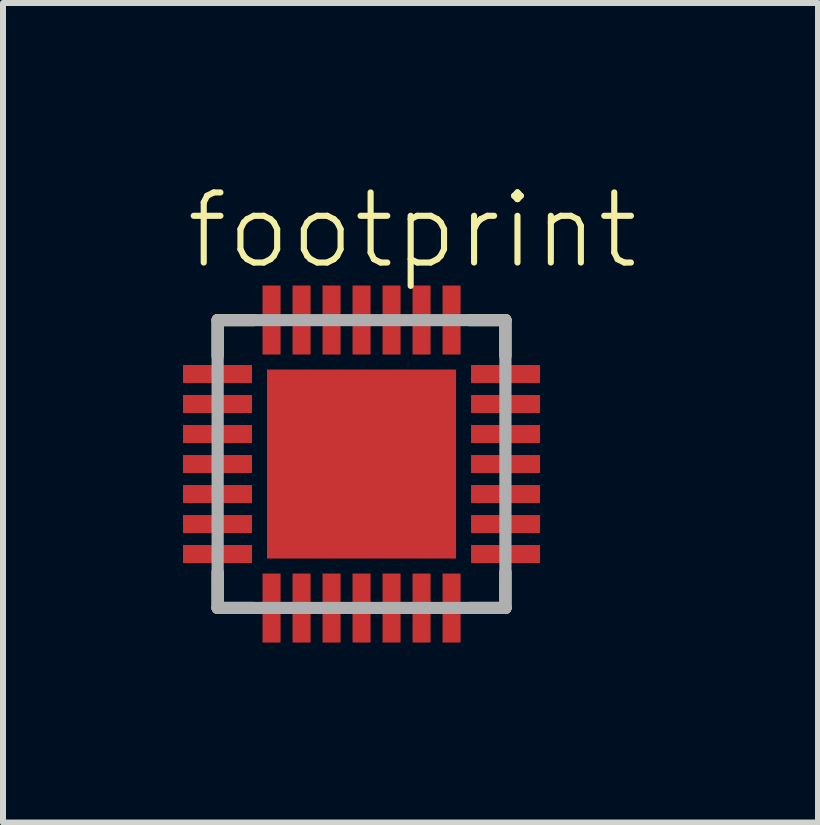
<source format=kicad_pcb>
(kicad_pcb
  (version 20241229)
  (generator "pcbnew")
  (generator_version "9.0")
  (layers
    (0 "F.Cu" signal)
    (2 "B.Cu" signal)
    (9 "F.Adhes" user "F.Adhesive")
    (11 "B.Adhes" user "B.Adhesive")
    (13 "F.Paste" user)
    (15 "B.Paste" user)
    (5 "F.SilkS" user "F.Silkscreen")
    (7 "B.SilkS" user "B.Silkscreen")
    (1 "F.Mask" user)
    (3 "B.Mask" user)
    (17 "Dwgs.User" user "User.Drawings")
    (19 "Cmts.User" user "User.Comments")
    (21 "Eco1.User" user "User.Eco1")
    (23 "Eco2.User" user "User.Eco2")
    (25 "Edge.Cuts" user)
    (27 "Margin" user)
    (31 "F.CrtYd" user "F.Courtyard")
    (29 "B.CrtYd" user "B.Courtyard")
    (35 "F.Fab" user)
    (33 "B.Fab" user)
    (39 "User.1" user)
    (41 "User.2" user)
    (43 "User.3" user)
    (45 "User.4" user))
  (footprint "footprint"
    (layer "F.Cu")
    (at 2.975 4.683)
    (property "Reference" "footprint" (at -2.975 -3.21 0) (layer "F.SilkS") (effects (font (size 1.168 1.168) (thickness 0.102)) (justify left bottom)))
    (fp_poly (pts (xy 1.575 1.575) (xy -1.575 1.575) (xy -1.575 -1.31) (xy -1.435 -1.341) (xy -1.379 -1.379) (xy -1.341 -1.435) (xy -1.31 -1.575) (xy 1.575 -1.575)) (stroke (width 0) (type solid)) (fill yes) (layer "F.Mask"))
    (fp_line (start -2.398 -2.398) (end -2.398 -1.802) (stroke (width 0.203) (type solid)) (layer "F.SilkS"))
    (fp_line (start -2.398 1.802) (end -2.398 2.398) (stroke (width 0.203) (type solid)) (layer "F.SilkS"))
    (fp_line (start -2.398 2.398) (end -1.802 2.398) (stroke (width 0.203) (type solid)) (layer "F.SilkS"))
    (fp_line (start -1.802 -2.398) (end -2.398 -2.398) (stroke (width 0.203) (type solid)) (layer "F.SilkS"))
    (fp_line (start 1.802 2.398) (end 2.398 2.398) (stroke (width 0.203) (type solid)) (layer "F.SilkS"))
    (fp_line (start 2.398 -2.398) (end 1.802 -2.398) (stroke (width 0.203) (type solid)) (layer "F.SilkS"))
    (fp_line (start 2.398 -1.802) (end 2.398 -2.398) (stroke (width 0.203) (type solid)) (layer "F.SilkS"))
    (fp_line (start 2.398 2.398) (end 2.398 1.802) (stroke (width 0.203) (type solid)) (layer "F.SilkS"))
    (fp_poly (pts (xy 1.475 1.475) (xy -1.475 1.475) (xy -1.475 -1.275) (xy -1.418 -1.275) (xy -1.362 -1.302) (xy -1.239 -1.475) (xy 1.475 -1.475)) (stroke (width 0) (type solid)) (fill yes) (layer "F.Paste"))
    (fp_line (start -2.398 -2.398) (end -2.398 2.398) (stroke (width 0.203) (type solid)) (layer "F.Fab"))
    (fp_line (start -2.398 2.398) (end 2.398 2.398) (stroke (width 0.203) (type solid)) (layer "F.Fab"))
    (fp_line (start 2.398 -2.398) (end -2.398 -2.398) (stroke (width 0.203) (type solid)) (layer "F.Fab"))
    (fp_line (start 2.398 2.398) (end 2.398 -2.398) (stroke (width 0.203) (type solid)) (layer "F.Fab"))
    (pad "1" smd rect (at -2.4 -1.5) (size 1.15 0.3) (layers "F.Cu" "F.Mask" "F.Paste"))
    (pad "2" smd rect (at -2.4 -1) (size 1.15 0.3) (layers "F.Cu" "F.Mask" "F.Paste"))
    (pad "3" smd rect (at -2.4 -0.5) (size 1.15 0.3) (layers "F.Cu" "F.Mask" "F.Paste"))
    (pad "4" smd rect (at -2.4 0) (size 1.15 0.3) (layers "F.Cu" "F.Mask" "F.Paste"))
    (pad "5" smd rect (at -2.4 0.5) (size 1.15 0.3) (layers "F.Cu" "F.Mask" "F.Paste"))
    (pad "6" smd rect (at -2.4 1) (size 1.15 0.3) (layers "F.Cu" "F.Mask" "F.Paste"))
    (pad "7" smd rect (at -2.4 1.5) (size 1.15 0.3) (layers "F.Cu" "F.Mask" "F.Paste"))
    (pad "8" smd rect (at -1.5 2.4) (size 0.3 1.15) (layers "F.Cu" "F.Mask" "F.Paste"))
    (pad "9" smd rect (at -1 2.4) (size 0.3 1.15) (layers "F.Cu" "F.Mask" "F.Paste"))
    (pad "10" smd rect (at -0.5 2.4) (size 0.3 1.15) (layers "F.Cu" "F.Mask" "F.Paste"))
    (pad "11" smd rect (at 0 2.4) (size 0.3 1.15) (layers "F.Cu" "F.Mask" "F.Paste"))
    (pad "12" smd rect (at 0.5 2.4) (size 0.3 1.15) (layers "F.Cu" "F.Mask" "F.Paste"))
    (pad "13" smd rect (at 1 2.4) (size 0.3 1.15) (layers "F.Cu" "F.Mask" "F.Paste"))
    (pad "14" smd rect (at 1.5 2.4) (size 0.3 1.15) (layers "F.Cu" "F.Mask" "F.Paste"))
    (pad "15" smd rect (at 2.4 1.5) (size 1.15 0.3) (layers "F.Cu" "F.Mask" "F.Paste"))
    (pad "16" smd rect (at 2.4 1) (size 1.15 0.3) (layers "F.Cu" "F.Mask" "F.Paste"))
    (pad "17" smd rect (at 2.4 0.5) (size 1.15 0.3) (layers "F.Cu" "F.Mask" "F.Paste"))
    (pad "18" smd rect (at 2.4 0) (size 1.15 0.3) (layers "F.Cu" "F.Mask" "F.Paste"))
    (pad "19" smd rect (at 2.4 -0.5) (size 1.15 0.3) (layers "F.Cu" "F.Mask" "F.Paste"))
    (pad "20" smd rect (at 2.4 -1) (size 1.15 0.3) (layers "F.Cu" "F.Mask" "F.Paste"))
    (pad "21" smd rect (at 2.4 -1.5) (size 1.15 0.3) (layers "F.Cu" "F.Mask" "F.Paste"))
    (pad "22" smd rect (at 1.5 -2.4) (size 0.3 1.15) (layers "F.Cu" "F.Mask" "F.Paste"))
    (pad "23" smd rect (at 1 -2.4) (size 0.3 1.15) (layers "F.Cu" "F.Mask" "F.Paste"))
    (pad "24" smd rect (at 0.5 -2.4) (size 0.3 1.15) (layers "F.Cu" "F.Mask" "F.Paste"))
    (pad "25" smd rect (at 0 -2.4) (size 0.3 1.15) (layers "F.Cu" "F.Mask" "F.Paste"))
    (pad "26" smd rect (at -0.5 -2.4) (size 0.3 1.15) (layers "F.Cu" "F.Mask" "F.Paste"))
    (pad "27" smd rect (at -1 -2.4) (size 0.3 1.15) (layers "F.Cu" "F.Mask" "F.Paste"))
    (pad "28" smd rect (at -1.5 -2.4) (size 0.3 1.15) (layers "F.Cu" "F.Mask" "F.Paste"))
    (pad "EXP" smd rect (at 0 0) (size 3.15 3.15) (layers "F.Cu")))
  (gr_rect
    (start -3 -3)
    (end 10.582 10.658)
    (stroke (width 0.1) (type default))
    (fill no)
    (layer "Edge.Cuts")))
</source>
